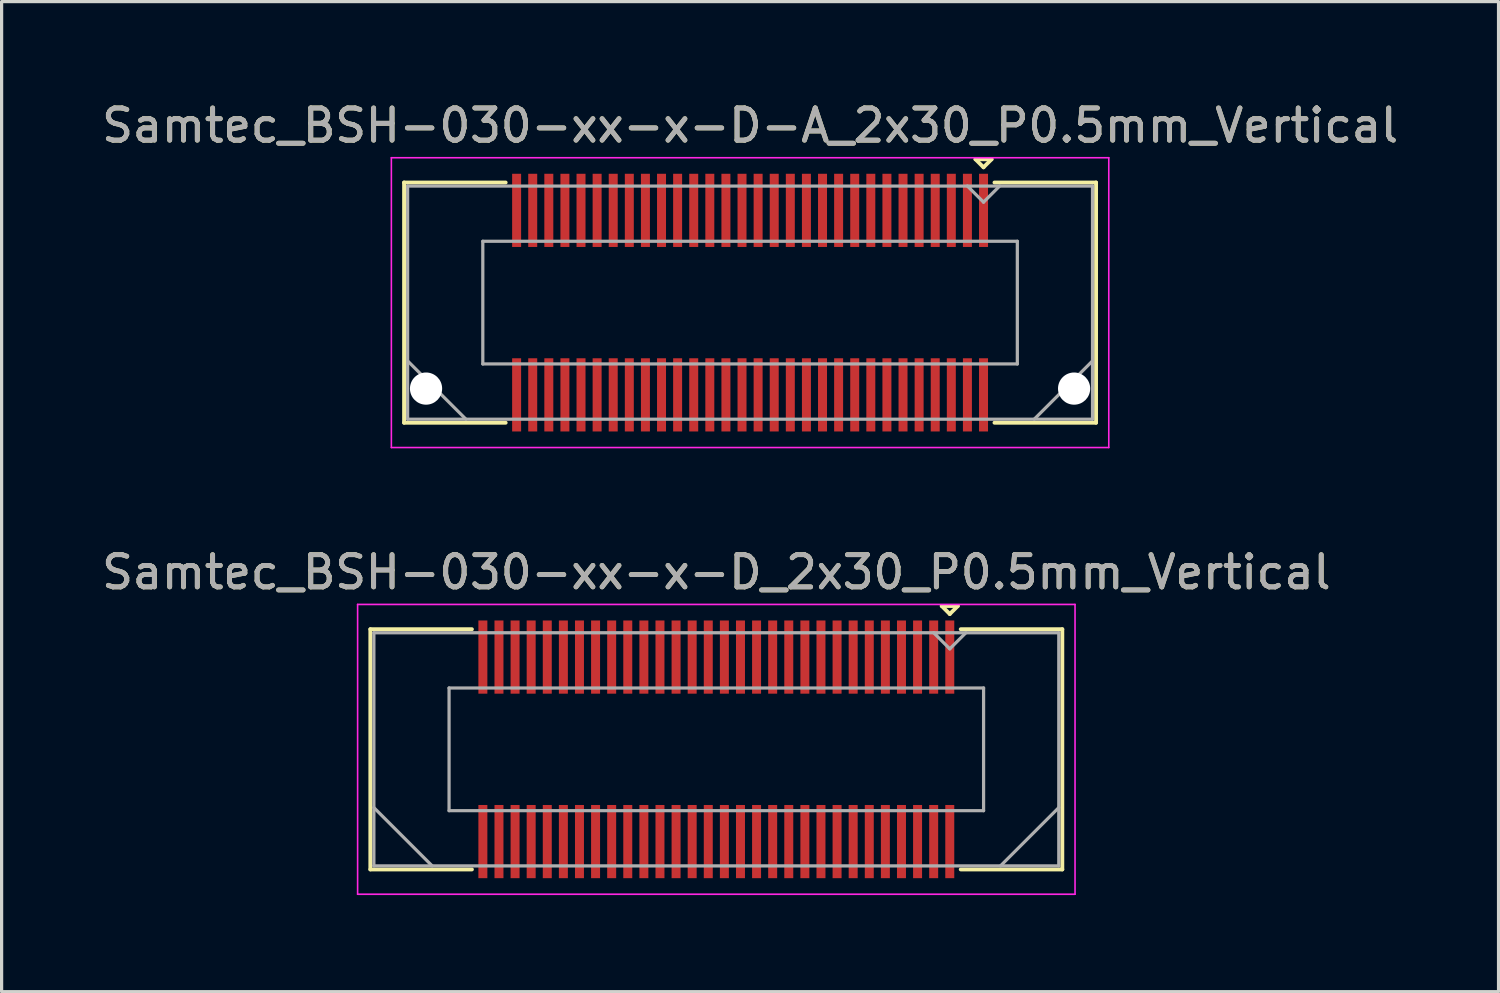
<source format=kicad_pcb>
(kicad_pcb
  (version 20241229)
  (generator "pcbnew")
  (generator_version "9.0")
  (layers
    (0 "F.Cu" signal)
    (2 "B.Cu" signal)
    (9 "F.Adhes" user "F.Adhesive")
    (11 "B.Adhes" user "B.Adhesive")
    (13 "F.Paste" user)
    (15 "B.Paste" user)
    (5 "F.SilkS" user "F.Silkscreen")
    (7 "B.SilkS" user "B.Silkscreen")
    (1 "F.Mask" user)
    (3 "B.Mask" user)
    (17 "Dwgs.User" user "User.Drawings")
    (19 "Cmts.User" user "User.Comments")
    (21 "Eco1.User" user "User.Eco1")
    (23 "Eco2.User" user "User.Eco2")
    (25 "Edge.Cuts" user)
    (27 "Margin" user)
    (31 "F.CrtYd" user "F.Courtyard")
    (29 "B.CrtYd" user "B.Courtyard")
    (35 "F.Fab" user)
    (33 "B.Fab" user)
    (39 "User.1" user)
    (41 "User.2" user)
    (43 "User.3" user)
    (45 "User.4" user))
  (footprint "Samtec_BSH-030-xx-x-D_2x30_P0.5mm_Vertical"
    (layer "F.Cu")
    (at 19.196 20.221)
    (property "Reference" "Samtec_BSH-030-xx-x-D_2x30_P0.5mm_Vertical" (at 0 -5.5 0) (layer "F.SilkS") (effects (font (size 1 1) (thickness 0.15))))
    (attr smd)
    (fp_line (start -10.745 -3.73) (end -7.59 -3.73) (stroke (width 0.12) (type solid)) (layer "F.SilkS"))
    (fp_line (start -10.745 3.73) (end -10.745 -3.73) (stroke (width 0.12) (type solid)) (layer "F.SilkS"))
    (fp_line (start -7.59 3.73) (end -10.745 3.73) (stroke (width 0.12) (type solid)) (layer "F.SilkS"))
    (fp_line (start 7 -4.452) (end 7.5 -4.452) (stroke (width 0.12) (type solid)) (layer "F.SilkS"))
    (fp_line (start 7.25 -4.202) (end 7 -4.452) (stroke (width 0.12) (type solid)) (layer "F.SilkS"))
    (fp_line (start 7.5 -4.452) (end 7.25 -4.202) (stroke (width 0.12) (type solid)) (layer "F.SilkS"))
    (fp_line (start 7.59 3.73) (end 10.745 3.73) (stroke (width 0.12) (type solid)) (layer "F.SilkS"))
    (fp_line (start 10.745 -3.73) (end 7.59 -3.73) (stroke (width 0.12) (type solid)) (layer "F.SilkS"))
    (fp_line (start 10.745 3.73) (end 10.745 -3.73) (stroke (width 0.12) (type solid)) (layer "F.SilkS"))
    (fp_line (start -11.14 -4.5) (end -11.14 4.5) (stroke (width 0.05) (type solid)) (layer "F.CrtYd"))
    (fp_line (start -11.14 4.5) (end 11.14 4.5) (stroke (width 0.05) (type solid)) (layer "F.CrtYd"))
    (fp_line (start 11.14 -4.5) (end -11.14 -4.5) (stroke (width 0.05) (type solid)) (layer "F.CrtYd"))
    (fp_line (start 11.14 4.5) (end 11.14 -4.5) (stroke (width 0.05) (type solid)) (layer "F.CrtYd"))
    (fp_line (start -10.635 -3.62) (end -10.635 3.62) (stroke (width 0.1) (type solid)) (layer "F.Fab"))
    (fp_line (start -10.635 1.81) (end -8.825 3.62) (stroke (width 0.1) (type solid)) (layer "F.Fab"))
    (fp_line (start -10.635 3.62) (end 10.635 3.62) (stroke (width 0.1) (type solid)) (layer "F.Fab"))
    (fp_line (start -8.3 -1.905) (end -8.3 1.905) (stroke (width 0.1) (type solid)) (layer "F.Fab"))
    (fp_line (start -8.3 1.905) (end 8.3 1.905) (stroke (width 0.1) (type solid)) (layer "F.Fab"))
    (fp_line (start 7.25 -3.12) (end 6.75 -3.62) (stroke (width 0.1) (type solid)) (layer "F.Fab"))
    (fp_line (start 7.75 -3.62) (end 7.25 -3.12) (stroke (width 0.1) (type solid)) (layer "F.Fab"))
    (fp_line (start 8.3 -1.905) (end -8.3 -1.905) (stroke (width 0.1) (type solid)) (layer "F.Fab"))
    (fp_line (start 8.3 1.905) (end 8.3 -1.905) (stroke (width 0.1) (type solid)) (layer "F.Fab"))
    (fp_line (start 10.635 -3.62) (end -10.635 -3.62) (stroke (width 0.1) (type solid)) (layer "F.Fab"))
    (fp_line (start 10.635 1.81) (end 8.825 3.62) (stroke (width 0.1) (type solid)) (layer "F.Fab"))
    (fp_line (start 10.635 3.62) (end 10.635 -3.62) (stroke (width 0.1) (type solid)) (layer "F.Fab"))
    (fp_text user "${REFERENCE}" (at 0 -5.5 0) (layer "F.Fab") (effects (font (size 1 1) (thickness 0.15))))
    (pad "1" smd rect (at 7.25 -2.865) (size 0.279 2.273) (layers "F.Cu" "F.Mask" "F.Paste"))
    (pad "2" smd rect (at 7.25 2.865) (size 0.279 2.273) (layers "F.Cu" "F.Mask" "F.Paste"))
    (pad "3" smd rect (at 6.75 -2.865) (size 0.279 2.273) (layers "F.Cu" "F.Mask" "F.Paste"))
    (pad "4" smd rect (at 6.75 2.865) (size 0.279 2.273) (layers "F.Cu" "F.Mask" "F.Paste"))
    (pad "5" smd rect (at 6.25 -2.865) (size 0.279 2.273) (layers "F.Cu" "F.Mask" "F.Paste"))
    (pad "6" smd rect (at 6.25 2.865) (size 0.279 2.273) (layers "F.Cu" "F.Mask" "F.Paste"))
    (pad "7" smd rect (at 5.75 -2.865) (size 0.279 2.273) (layers "F.Cu" "F.Mask" "F.Paste"))
    (pad "8" smd rect (at 5.75 2.865) (size 0.279 2.273) (layers "F.Cu" "F.Mask" "F.Paste"))
    (pad "9" smd rect (at 5.25 -2.865) (size 0.279 2.273) (layers "F.Cu" "F.Mask" "F.Paste"))
    (pad "10" smd rect (at 5.25 2.865) (size 0.279 2.273) (layers "F.Cu" "F.Mask" "F.Paste"))
    (pad "11" smd rect (at 4.75 -2.865) (size 0.279 2.273) (layers "F.Cu" "F.Mask" "F.Paste"))
    (pad "12" smd rect (at 4.75 2.865) (size 0.279 2.273) (layers "F.Cu" "F.Mask" "F.Paste"))
    (pad "13" smd rect (at 4.25 -2.865) (size 0.279 2.273) (layers "F.Cu" "F.Mask" "F.Paste"))
    (pad "14" smd rect (at 4.25 2.865) (size 0.279 2.273) (layers "F.Cu" "F.Mask" "F.Paste"))
    (pad "15" smd rect (at 3.75 -2.865) (size 0.279 2.273) (layers "F.Cu" "F.Mask" "F.Paste"))
    (pad "16" smd rect (at 3.75 2.865) (size 0.279 2.273) (layers "F.Cu" "F.Mask" "F.Paste"))
    (pad "17" smd rect (at 3.25 -2.865) (size 0.279 2.273) (layers "F.Cu" "F.Mask" "F.Paste"))
    (pad "18" smd rect (at 3.25 2.865) (size 0.279 2.273) (layers "F.Cu" "F.Mask" "F.Paste"))
    (pad "19" smd rect (at 2.75 -2.865) (size 0.279 2.273) (layers "F.Cu" "F.Mask" "F.Paste"))
    (pad "20" smd rect (at 2.75 2.865) (size 0.279 2.273) (layers "F.Cu" "F.Mask" "F.Paste"))
    (pad "21" smd rect (at 2.25 -2.865) (size 0.279 2.273) (layers "F.Cu" "F.Mask" "F.Paste"))
    (pad "22" smd rect (at 2.25 2.865) (size 0.279 2.273) (layers "F.Cu" "F.Mask" "F.Paste"))
    (pad "23" smd rect (at 1.75 -2.865) (size 0.279 2.273) (layers "F.Cu" "F.Mask" "F.Paste"))
    (pad "24" smd rect (at 1.75 2.865) (size 0.279 2.273) (layers "F.Cu" "F.Mask" "F.Paste"))
    (pad "25" smd rect (at 1.25 -2.865) (size 0.279 2.273) (layers "F.Cu" "F.Mask" "F.Paste"))
    (pad "26" smd rect (at 1.25 2.865) (size 0.279 2.273) (layers "F.Cu" "F.Mask" "F.Paste"))
    (pad "27" smd rect (at 0.75 -2.865) (size 0.279 2.273) (layers "F.Cu" "F.Mask" "F.Paste"))
    (pad "28" smd rect (at 0.75 2.865) (size 0.279 2.273) (layers "F.Cu" "F.Mask" "F.Paste"))
    (pad "29" smd rect (at 0.25 -2.865) (size 0.279 2.273) (layers "F.Cu" "F.Mask" "F.Paste"))
    (pad "30" smd rect (at 0.25 2.865) (size 0.279 2.273) (layers "F.Cu" "F.Mask" "F.Paste"))
    (pad "31" smd rect (at -0.25 -2.865) (size 0.279 2.273) (layers "F.Cu" "F.Mask" "F.Paste"))
    (pad "32" smd rect (at -0.25 2.865) (size 0.279 2.273) (layers "F.Cu" "F.Mask" "F.Paste"))
    (pad "33" smd rect (at -0.75 -2.865) (size 0.279 2.273) (layers "F.Cu" "F.Mask" "F.Paste"))
    (pad "34" smd rect (at -0.75 2.865) (size 0.279 2.273) (layers "F.Cu" "F.Mask" "F.Paste"))
    (pad "35" smd rect (at -1.25 -2.865) (size 0.279 2.273) (layers "F.Cu" "F.Mask" "F.Paste"))
    (pad "36" smd rect (at -1.25 2.865) (size 0.279 2.273) (layers "F.Cu" "F.Mask" "F.Paste"))
    (pad "37" smd rect (at -1.75 -2.865) (size 0.279 2.273) (layers "F.Cu" "F.Mask" "F.Paste"))
    (pad "38" smd rect (at -1.75 2.865) (size 0.279 2.273) (layers "F.Cu" "F.Mask" "F.Paste"))
    (pad "39" smd rect (at -2.25 -2.865) (size 0.279 2.273) (layers "F.Cu" "F.Mask" "F.Paste"))
    (pad "40" smd rect (at -2.25 2.865) (size 0.279 2.273) (layers "F.Cu" "F.Mask" "F.Paste"))
    (pad "41" smd rect (at -2.75 -2.865) (size 0.279 2.273) (layers "F.Cu" "F.Mask" "F.Paste"))
    (pad "42" smd rect (at -2.75 2.865) (size 0.279 2.273) (layers "F.Cu" "F.Mask" "F.Paste"))
    (pad "43" smd rect (at -3.25 -2.865) (size 0.279 2.273) (layers "F.Cu" "F.Mask" "F.Paste"))
    (pad "44" smd rect (at -3.25 2.865) (size 0.279 2.273) (layers "F.Cu" "F.Mask" "F.Paste"))
    (pad "45" smd rect (at -3.75 -2.865) (size 0.279 2.273) (layers "F.Cu" "F.Mask" "F.Paste"))
    (pad "46" smd rect (at -3.75 2.865) (size 0.279 2.273) (layers "F.Cu" "F.Mask" "F.Paste"))
    (pad "47" smd rect (at -4.25 -2.865) (size 0.279 2.273) (layers "F.Cu" "F.Mask" "F.Paste"))
    (pad "48" smd rect (at -4.25 2.865) (size 0.279 2.273) (layers "F.Cu" "F.Mask" "F.Paste"))
    (pad "49" smd rect (at -4.75 -2.865) (size 0.279 2.273) (layers "F.Cu" "F.Mask" "F.Paste"))
    (pad "50" smd rect (at -4.75 2.865) (size 0.279 2.273) (layers "F.Cu" "F.Mask" "F.Paste"))
    (pad "51" smd rect (at -5.25 -2.865) (size 0.279 2.273) (layers "F.Cu" "F.Mask" "F.Paste"))
    (pad "52" smd rect (at -5.25 2.865) (size 0.279 2.273) (layers "F.Cu" "F.Mask" "F.Paste"))
    (pad "53" smd rect (at -5.75 -2.865) (size 0.279 2.273) (layers "F.Cu" "F.Mask" "F.Paste"))
    (pad "54" smd rect (at -5.75 2.865) (size 0.279 2.273) (layers "F.Cu" "F.Mask" "F.Paste"))
    (pad "55" smd rect (at -6.25 -2.865) (size 0.279 2.273) (layers "F.Cu" "F.Mask" "F.Paste"))
    (pad "56" smd rect (at -6.25 2.865) (size 0.279 2.273) (layers "F.Cu" "F.Mask" "F.Paste"))
    (pad "57" smd rect (at -6.75 -2.865) (size 0.279 2.273) (layers "F.Cu" "F.Mask" "F.Paste"))
    (pad "58" smd rect (at -6.75 2.865) (size 0.279 2.273) (layers "F.Cu" "F.Mask" "F.Paste"))
    (pad "59" smd rect (at -7.25 -2.865) (size 0.279 2.273) (layers "F.Cu" "F.Mask" "F.Paste"))
    (pad "60" smd rect (at -7.25 2.865) (size 0.279 2.273) (layers "F.Cu" "F.Mask" "F.Paste")))
  (footprint "Samtec_BSH-030-xx-x-D-A_2x30_P0.5mm_Vertical"
    (layer "F.Cu")
    (at 20.244 6.348)
    (property "Reference" "Samtec_BSH-030-xx-x-D-A_2x30_P0.5mm_Vertical" (at 0 -5.5 0) (layer "F.SilkS") (effects (font (size 1 1) (thickness 0.15))))
    (attr smd)
    (fp_line (start -10.745 -3.73) (end -7.59 -3.73) (stroke (width 0.12) (type solid)) (layer "F.SilkS"))
    (fp_line (start -10.745 3.73) (end -10.745 -3.73) (stroke (width 0.12) (type solid)) (layer "F.SilkS"))
    (fp_line (start -7.59 3.73) (end -10.745 3.73) (stroke (width 0.12) (type solid)) (layer "F.SilkS"))
    (fp_line (start 7 -4.452) (end 7.5 -4.452) (stroke (width 0.12) (type solid)) (layer "F.SilkS"))
    (fp_line (start 7.25 -4.202) (end 7 -4.452) (stroke (width 0.12) (type solid)) (layer "F.SilkS"))
    (fp_line (start 7.5 -4.452) (end 7.25 -4.202) (stroke (width 0.12) (type solid)) (layer "F.SilkS"))
    (fp_line (start 7.59 3.73) (end 10.745 3.73) (stroke (width 0.12) (type solid)) (layer "F.SilkS"))
    (fp_line (start 10.745 -3.73) (end 7.59 -3.73) (stroke (width 0.12) (type solid)) (layer "F.SilkS"))
    (fp_line (start 10.745 3.73) (end 10.745 -3.73) (stroke (width 0.12) (type solid)) (layer "F.SilkS"))
    (fp_line (start -11.14 -4.5) (end -11.14 4.5) (stroke (width 0.05) (type solid)) (layer "F.CrtYd"))
    (fp_line (start -11.14 4.5) (end 11.14 4.5) (stroke (width 0.05) (type solid)) (layer "F.CrtYd"))
    (fp_line (start 11.14 -4.5) (end -11.14 -4.5) (stroke (width 0.05) (type solid)) (layer "F.CrtYd"))
    (fp_line (start 11.14 4.5) (end 11.14 -4.5) (stroke (width 0.05) (type solid)) (layer "F.CrtYd"))
    (fp_line (start -10.635 -3.62) (end -10.635 3.62) (stroke (width 0.1) (type solid)) (layer "F.Fab"))
    (fp_line (start -10.635 1.81) (end -8.825 3.62) (stroke (width 0.1) (type solid)) (layer "F.Fab"))
    (fp_line (start -10.635 3.62) (end 10.635 3.62) (stroke (width 0.1) (type solid)) (layer "F.Fab"))
    (fp_line (start -8.3 -1.905) (end -8.3 1.905) (stroke (width 0.1) (type solid)) (layer "F.Fab"))
    (fp_line (start -8.3 1.905) (end 8.3 1.905) (stroke (width 0.1) (type solid)) (layer "F.Fab"))
    (fp_line (start 7.25 -3.12) (end 6.75 -3.62) (stroke (width 0.1) (type solid)) (layer "F.Fab"))
    (fp_line (start 7.75 -3.62) (end 7.25 -3.12) (stroke (width 0.1) (type solid)) (layer "F.Fab"))
    (fp_line (start 8.3 -1.905) (end -8.3 -1.905) (stroke (width 0.1) (type solid)) (layer "F.Fab"))
    (fp_line (start 8.3 1.905) (end 8.3 -1.905) (stroke (width 0.1) (type solid)) (layer "F.Fab"))
    (fp_line (start 10.635 -3.62) (end -10.635 -3.62) (stroke (width 0.1) (type solid)) (layer "F.Fab"))
    (fp_line (start 10.635 1.81) (end 8.825 3.62) (stroke (width 0.1) (type solid)) (layer "F.Fab"))
    (fp_line (start 10.635 3.62) (end 10.635 -3.62) (stroke (width 0.1) (type solid)) (layer "F.Fab"))
    (fp_text user "${REFERENCE}" (at 0 -5.5 0) (layer "F.Fab") (effects (font (size 1 1) (thickness 0.15))))
    (pad "" np_thru_hole circle (at -10.063 2.67) (size 1 1) (drill 1) (layers "*.Cu" "*.Mask"))
    (pad "" np_thru_hole circle (at 10.063 2.67) (size 1 1) (drill 1) (layers "*.Cu" "*.Mask"))
    (pad "1" smd rect (at 7.25 -2.865) (size 0.279 2.273) (layers "F.Cu" "F.Mask" "F.Paste"))
    (pad "2" smd rect (at 7.25 2.865) (size 0.279 2.273) (layers "F.Cu" "F.Mask" "F.Paste"))
    (pad "3" smd rect (at 6.75 -2.865) (size 0.279 2.273) (layers "F.Cu" "F.Mask" "F.Paste"))
    (pad "4" smd rect (at 6.75 2.865) (size 0.279 2.273) (layers "F.Cu" "F.Mask" "F.Paste"))
    (pad "5" smd rect (at 6.25 -2.865) (size 0.279 2.273) (layers "F.Cu" "F.Mask" "F.Paste"))
    (pad "6" smd rect (at 6.25 2.865) (size 0.279 2.273) (layers "F.Cu" "F.Mask" "F.Paste"))
    (pad "7" smd rect (at 5.75 -2.865) (size 0.279 2.273) (layers "F.Cu" "F.Mask" "F.Paste"))
    (pad "8" smd rect (at 5.75 2.865) (size 0.279 2.273) (layers "F.Cu" "F.Mask" "F.Paste"))
    (pad "9" smd rect (at 5.25 -2.865) (size 0.279 2.273) (layers "F.Cu" "F.Mask" "F.Paste"))
    (pad "10" smd rect (at 5.25 2.865) (size 0.279 2.273) (layers "F.Cu" "F.Mask" "F.Paste"))
    (pad "11" smd rect (at 4.75 -2.865) (size 0.279 2.273) (layers "F.Cu" "F.Mask" "F.Paste"))
    (pad "12" smd rect (at 4.75 2.865) (size 0.279 2.273) (layers "F.Cu" "F.Mask" "F.Paste"))
    (pad "13" smd rect (at 4.25 -2.865) (size 0.279 2.273) (layers "F.Cu" "F.Mask" "F.Paste"))
    (pad "14" smd rect (at 4.25 2.865) (size 0.279 2.273) (layers "F.Cu" "F.Mask" "F.Paste"))
    (pad "15" smd rect (at 3.75 -2.865) (size 0.279 2.273) (layers "F.Cu" "F.Mask" "F.Paste"))
    (pad "16" smd rect (at 3.75 2.865) (size 0.279 2.273) (layers "F.Cu" "F.Mask" "F.Paste"))
    (pad "17" smd rect (at 3.25 -2.865) (size 0.279 2.273) (layers "F.Cu" "F.Mask" "F.Paste"))
    (pad "18" smd rect (at 3.25 2.865) (size 0.279 2.273) (layers "F.Cu" "F.Mask" "F.Paste"))
    (pad "19" smd rect (at 2.75 -2.865) (size 0.279 2.273) (layers "F.Cu" "F.Mask" "F.Paste"))
    (pad "20" smd rect (at 2.75 2.865) (size 0.279 2.273) (layers "F.Cu" "F.Mask" "F.Paste"))
    (pad "21" smd rect (at 2.25 -2.865) (size 0.279 2.273) (layers "F.Cu" "F.Mask" "F.Paste"))
    (pad "22" smd rect (at 2.25 2.865) (size 0.279 2.273) (layers "F.Cu" "F.Mask" "F.Paste"))
    (pad "23" smd rect (at 1.75 -2.865) (size 0.279 2.273) (layers "F.Cu" "F.Mask" "F.Paste"))
    (pad "24" smd rect (at 1.75 2.865) (size 0.279 2.273) (layers "F.Cu" "F.Mask" "F.Paste"))
    (pad "25" smd rect (at 1.25 -2.865) (size 0.279 2.273) (layers "F.Cu" "F.Mask" "F.Paste"))
    (pad "26" smd rect (at 1.25 2.865) (size 0.279 2.273) (layers "F.Cu" "F.Mask" "F.Paste"))
    (pad "27" smd rect (at 0.75 -2.865) (size 0.279 2.273) (layers "F.Cu" "F.Mask" "F.Paste"))
    (pad "28" smd rect (at 0.75 2.865) (size 0.279 2.273) (layers "F.Cu" "F.Mask" "F.Paste"))
    (pad "29" smd rect (at 0.25 -2.865) (size 0.279 2.273) (layers "F.Cu" "F.Mask" "F.Paste"))
    (pad "30" smd rect (at 0.25 2.865) (size 0.279 2.273) (layers "F.Cu" "F.Mask" "F.Paste"))
    (pad "31" smd rect (at -0.25 -2.865) (size 0.279 2.273) (layers "F.Cu" "F.Mask" "F.Paste"))
    (pad "32" smd rect (at -0.25 2.865) (size 0.279 2.273) (layers "F.Cu" "F.Mask" "F.Paste"))
    (pad "33" smd rect (at -0.75 -2.865) (size 0.279 2.273) (layers "F.Cu" "F.Mask" "F.Paste"))
    (pad "34" smd rect (at -0.75 2.865) (size 0.279 2.273) (layers "F.Cu" "F.Mask" "F.Paste"))
    (pad "35" smd rect (at -1.25 -2.865) (size 0.279 2.273) (layers "F.Cu" "F.Mask" "F.Paste"))
    (pad "36" smd rect (at -1.25 2.865) (size 0.279 2.273) (layers "F.Cu" "F.Mask" "F.Paste"))
    (pad "37" smd rect (at -1.75 -2.865) (size 0.279 2.273) (layers "F.Cu" "F.Mask" "F.Paste"))
    (pad "38" smd rect (at -1.75 2.865) (size 0.279 2.273) (layers "F.Cu" "F.Mask" "F.Paste"))
    (pad "39" smd rect (at -2.25 -2.865) (size 0.279 2.273) (layers "F.Cu" "F.Mask" "F.Paste"))
    (pad "40" smd rect (at -2.25 2.865) (size 0.279 2.273) (layers "F.Cu" "F.Mask" "F.Paste"))
    (pad "41" smd rect (at -2.75 -2.865) (size 0.279 2.273) (layers "F.Cu" "F.Mask" "F.Paste"))
    (pad "42" smd rect (at -2.75 2.865) (size 0.279 2.273) (layers "F.Cu" "F.Mask" "F.Paste"))
    (pad "43" smd rect (at -3.25 -2.865) (size 0.279 2.273) (layers "F.Cu" "F.Mask" "F.Paste"))
    (pad "44" smd rect (at -3.25 2.865) (size 0.279 2.273) (layers "F.Cu" "F.Mask" "F.Paste"))
    (pad "45" smd rect (at -3.75 -2.865) (size 0.279 2.273) (layers "F.Cu" "F.Mask" "F.Paste"))
    (pad "46" smd rect (at -3.75 2.865) (size 0.279 2.273) (layers "F.Cu" "F.Mask" "F.Paste"))
    (pad "47" smd rect (at -4.25 -2.865) (size 0.279 2.273) (layers "F.Cu" "F.Mask" "F.Paste"))
    (pad "48" smd rect (at -4.25 2.865) (size 0.279 2.273) (layers "F.Cu" "F.Mask" "F.Paste"))
    (pad "49" smd rect (at -4.75 -2.865) (size 0.279 2.273) (layers "F.Cu" "F.Mask" "F.Paste"))
    (pad "50" smd rect (at -4.75 2.865) (size 0.279 2.273) (layers "F.Cu" "F.Mask" "F.Paste"))
    (pad "51" smd rect (at -5.25 -2.865) (size 0.279 2.273) (layers "F.Cu" "F.Mask" "F.Paste"))
    (pad "52" smd rect (at -5.25 2.865) (size 0.279 2.273) (layers "F.Cu" "F.Mask" "F.Paste"))
    (pad "53" smd rect (at -5.75 -2.865) (size 0.279 2.273) (layers "F.Cu" "F.Mask" "F.Paste"))
    (pad "54" smd rect (at -5.75 2.865) (size 0.279 2.273) (layers "F.Cu" "F.Mask" "F.Paste"))
    (pad "55" smd rect (at -6.25 -2.865) (size 0.279 2.273) (layers "F.Cu" "F.Mask" "F.Paste"))
    (pad "56" smd rect (at -6.25 2.865) (size 0.279 2.273) (layers "F.Cu" "F.Mask" "F.Paste"))
    (pad "57" smd rect (at -6.75 -2.865) (size 0.279 2.273) (layers "F.Cu" "F.Mask" "F.Paste"))
    (pad "58" smd rect (at -6.75 2.865) (size 0.279 2.273) (layers "F.Cu" "F.Mask" "F.Paste"))
    (pad "59" smd rect (at -7.25 -2.865) (size 0.279 2.273) (layers "F.Cu" "F.Mask" "F.Paste"))
    (pad "60" smd rect (at -7.25 2.865) (size 0.279 2.273) (layers "F.Cu" "F.Mask" "F.Paste")))
  (gr_rect
    (start -3 -3)
    (end 43.488 27.747)
    (stroke (width 0.1) (type default))
    (fill no)
    (layer "Edge.Cuts")))
</source>
